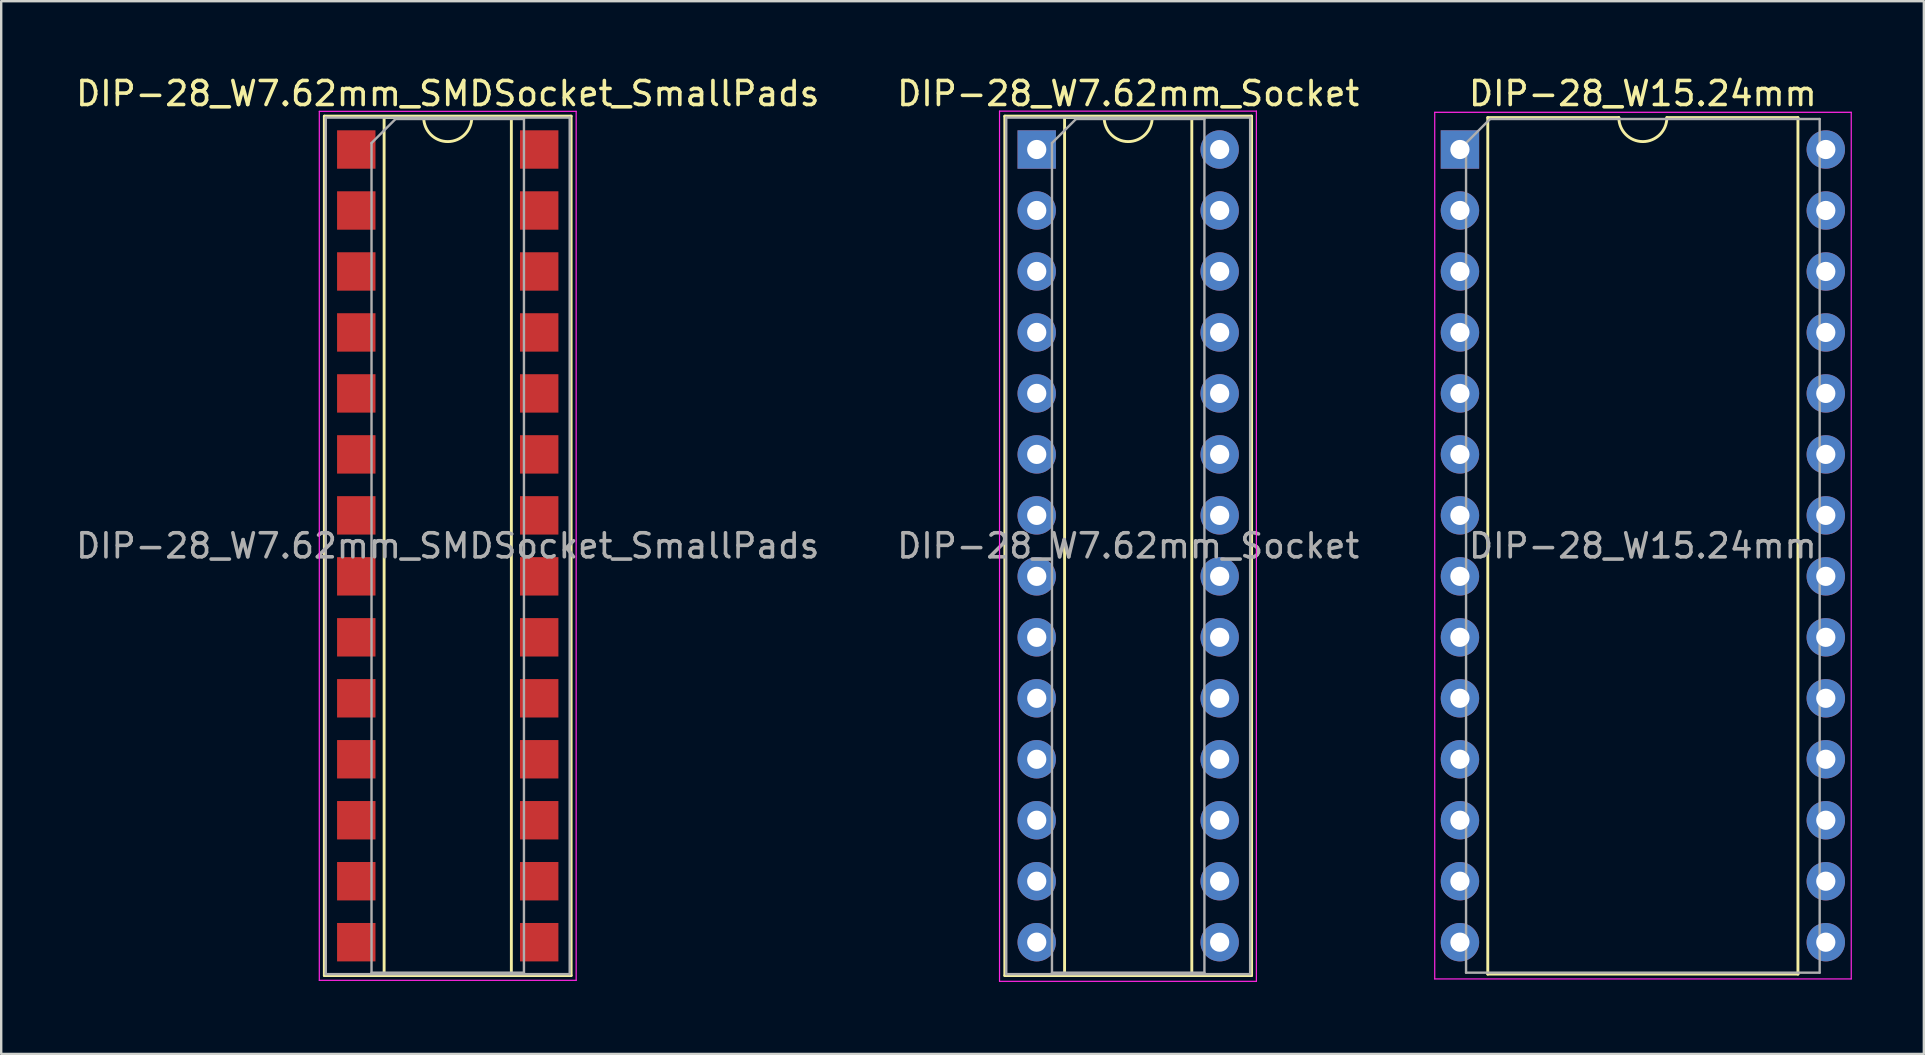
<source format=kicad_pcb>
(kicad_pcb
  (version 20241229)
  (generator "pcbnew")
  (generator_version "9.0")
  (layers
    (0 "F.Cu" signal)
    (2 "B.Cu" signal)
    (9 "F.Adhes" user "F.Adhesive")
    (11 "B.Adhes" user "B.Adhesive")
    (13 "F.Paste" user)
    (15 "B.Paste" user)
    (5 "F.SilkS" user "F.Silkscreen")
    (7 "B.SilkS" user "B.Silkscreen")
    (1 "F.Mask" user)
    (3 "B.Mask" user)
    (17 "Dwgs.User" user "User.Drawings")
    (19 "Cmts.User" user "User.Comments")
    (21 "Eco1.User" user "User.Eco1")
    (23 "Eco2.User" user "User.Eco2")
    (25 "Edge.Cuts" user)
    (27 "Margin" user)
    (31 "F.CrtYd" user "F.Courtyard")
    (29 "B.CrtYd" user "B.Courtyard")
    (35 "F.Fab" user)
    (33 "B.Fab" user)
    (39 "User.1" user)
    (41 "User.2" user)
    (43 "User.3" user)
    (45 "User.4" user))
  (footprint "DIP-28_W7.62mm_SMDSocket_SmallPads"
    (layer "F.Cu")
    (at 15.601 19.688)
    (property "Reference" "DIP-28_W7.62mm_SMDSocket_SmallPads" (at 0 -18.84 0) (layer "F.SilkS") (effects (font (size 1 1) (thickness 0.15))))
    (attr smd)
    (fp_line (start -5.14 -17.9) (end -5.14 17.9) (stroke (width 0.12) (type solid)) (layer "F.SilkS"))
    (fp_line (start -5.14 17.9) (end 5.14 17.9) (stroke (width 0.12) (type solid)) (layer "F.SilkS"))
    (fp_line (start -2.65 -17.84) (end -2.65 17.84) (stroke (width 0.12) (type solid)) (layer "F.SilkS"))
    (fp_line (start -2.65 17.84) (end 2.65 17.84) (stroke (width 0.12) (type solid)) (layer "F.SilkS"))
    (fp_line (start -1 -17.84) (end -2.65 -17.84) (stroke (width 0.12) (type solid)) (layer "F.SilkS"))
    (fp_line (start 2.65 -17.84) (end 1 -17.84) (stroke (width 0.12) (type solid)) (layer "F.SilkS"))
    (fp_line (start 2.65 17.84) (end 2.65 -17.84) (stroke (width 0.12) (type solid)) (layer "F.SilkS"))
    (fp_line (start 5.14 -17.9) (end -5.14 -17.9) (stroke (width 0.12) (type solid)) (layer "F.SilkS"))
    (fp_line (start 5.14 17.9) (end 5.14 -17.9) (stroke (width 0.12) (type solid)) (layer "F.SilkS"))
    (fp_arc (start 1 -17.84) (mid 0 -16.84) (end -1 -17.84) (stroke (width 0.12) (type solid)) (layer "F.SilkS"))
    (fp_line (start -5.35 -18.1) (end -5.35 18.1) (stroke (width 0.05) (type solid)) (layer "F.CrtYd"))
    (fp_line (start -5.35 18.1) (end 5.35 18.1) (stroke (width 0.05) (type solid)) (layer "F.CrtYd"))
    (fp_line (start 5.35 -18.1) (end -5.35 -18.1) (stroke (width 0.05) (type solid)) (layer "F.CrtYd"))
    (fp_line (start 5.35 18.1) (end 5.35 -18.1) (stroke (width 0.05) (type solid)) (layer "F.CrtYd"))
    (fp_line (start -5.08 -17.84) (end -5.08 17.84) (stroke (width 0.1) (type solid)) (layer "F.Fab"))
    (fp_line (start -5.08 17.84) (end 5.08 17.84) (stroke (width 0.1) (type solid)) (layer "F.Fab"))
    (fp_line (start -3.175 -16.78) (end -2.175 -17.78) (stroke (width 0.1) (type solid)) (layer "F.Fab"))
    (fp_line (start -3.175 17.78) (end -3.175 -16.78) (stroke (width 0.1) (type solid)) (layer "F.Fab"))
    (fp_line (start -2.175 -17.78) (end 3.175 -17.78) (stroke (width 0.1) (type solid)) (layer "F.Fab"))
    (fp_line (start 3.175 -17.78) (end 3.175 17.78) (stroke (width 0.1) (type solid)) (layer "F.Fab"))
    (fp_line (start 3.175 17.78) (end -3.175 17.78) (stroke (width 0.1) (type solid)) (layer "F.Fab"))
    (fp_line (start 5.08 -17.84) (end -5.08 -17.84) (stroke (width 0.1) (type solid)) (layer "F.Fab"))
    (fp_line (start 5.08 17.84) (end 5.08 -17.84) (stroke (width 0.1) (type solid)) (layer "F.Fab"))
    (fp_text user "${REFERENCE}" (at 0 0 0) (layer "F.Fab") (effects (font (size 1 1) (thickness 0.15))))
    (pad "1" smd rect (at -3.81 -16.51) (size 1.6 1.6) (layers "F.Cu" "F.Mask" "F.Paste"))
    (pad "2" smd rect (at -3.81 -13.97) (size 1.6 1.6) (layers "F.Cu" "F.Mask" "F.Paste"))
    (pad "3" smd rect (at -3.81 -11.43) (size 1.6 1.6) (layers "F.Cu" "F.Mask" "F.Paste"))
    (pad "4" smd rect (at -3.81 -8.89) (size 1.6 1.6) (layers "F.Cu" "F.Mask" "F.Paste"))
    (pad "5" smd rect (at -3.81 -6.35) (size 1.6 1.6) (layers "F.Cu" "F.Mask" "F.Paste"))
    (pad "6" smd rect (at -3.81 -3.81) (size 1.6 1.6) (layers "F.Cu" "F.Mask" "F.Paste"))
    (pad "7" smd rect (at -3.81 -1.27) (size 1.6 1.6) (layers "F.Cu" "F.Mask" "F.Paste"))
    (pad "8" smd rect (at -3.81 1.27) (size 1.6 1.6) (layers "F.Cu" "F.Mask" "F.Paste"))
    (pad "9" smd rect (at -3.81 3.81) (size 1.6 1.6) (layers "F.Cu" "F.Mask" "F.Paste"))
    (pad "10" smd rect (at -3.81 6.35) (size 1.6 1.6) (layers "F.Cu" "F.Mask" "F.Paste"))
    (pad "11" smd rect (at -3.81 8.89) (size 1.6 1.6) (layers "F.Cu" "F.Mask" "F.Paste"))
    (pad "12" smd rect (at -3.81 11.43) (size 1.6 1.6) (layers "F.Cu" "F.Mask" "F.Paste"))
    (pad "13" smd rect (at -3.81 13.97) (size 1.6 1.6) (layers "F.Cu" "F.Mask" "F.Paste"))
    (pad "14" smd rect (at -3.81 16.51) (size 1.6 1.6) (layers "F.Cu" "F.Mask" "F.Paste"))
    (pad "15" smd rect (at 3.81 16.51) (size 1.6 1.6) (layers "F.Cu" "F.Mask" "F.Paste"))
    (pad "16" smd rect (at 3.81 13.97) (size 1.6 1.6) (layers "F.Cu" "F.Mask" "F.Paste"))
    (pad "17" smd rect (at 3.81 11.43) (size 1.6 1.6) (layers "F.Cu" "F.Mask" "F.Paste"))
    (pad "18" smd rect (at 3.81 8.89) (size 1.6 1.6) (layers "F.Cu" "F.Mask" "F.Paste"))
    (pad "19" smd rect (at 3.81 6.35) (size 1.6 1.6) (layers "F.Cu" "F.Mask" "F.Paste"))
    (pad "20" smd rect (at 3.81 3.81) (size 1.6 1.6) (layers "F.Cu" "F.Mask" "F.Paste"))
    (pad "21" smd rect (at 3.81 1.27) (size 1.6 1.6) (layers "F.Cu" "F.Mask" "F.Paste"))
    (pad "22" smd rect (at 3.81 -1.27) (size 1.6 1.6) (layers "F.Cu" "F.Mask" "F.Paste"))
    (pad "23" smd rect (at 3.81 -3.81) (size 1.6 1.6) (layers "F.Cu" "F.Mask" "F.Paste"))
    (pad "24" smd rect (at 3.81 -6.35) (size 1.6 1.6) (layers "F.Cu" "F.Mask" "F.Paste"))
    (pad "25" smd rect (at 3.81 -8.89) (size 1.6 1.6) (layers "F.Cu" "F.Mask" "F.Paste"))
    (pad "26" smd rect (at 3.81 -11.43) (size 1.6 1.6) (layers "F.Cu" "F.Mask" "F.Paste"))
    (pad "27" smd rect (at 3.81 -13.97) (size 1.6 1.6) (layers "F.Cu" "F.Mask" "F.Paste"))
    (pad "28" smd rect (at 3.81 -16.51) (size 1.6 1.6) (layers "F.Cu" "F.Mask" "F.Paste")))
  (footprint "DIP-28_W15.24mm"
    (layer "F.Cu")
    (at 57.765 3.178)
    (property "Reference" "DIP-28_W15.24mm" (at 7.62 -2.33 0) (layer "F.SilkS") (effects (font (size 1 1) (thickness 0.15))))
    (attr through_hole)
    (fp_line (start 1.16 -1.33) (end 1.16 34.35) (stroke (width 0.12) (type solid)) (layer "F.SilkS"))
    (fp_line (start 1.16 34.35) (end 14.08 34.35) (stroke (width 0.12) (type solid)) (layer "F.SilkS"))
    (fp_line (start 6.62 -1.33) (end 1.16 -1.33) (stroke (width 0.12) (type solid)) (layer "F.SilkS"))
    (fp_line (start 14.08 -1.33) (end 8.62 -1.33) (stroke (width 0.12) (type solid)) (layer "F.SilkS"))
    (fp_line (start 14.08 34.35) (end 14.08 -1.33) (stroke (width 0.12) (type solid)) (layer "F.SilkS"))
    (fp_arc (start 8.62 -1.33) (mid 7.62 -0.33) (end 6.62 -1.33) (stroke (width 0.12) (type solid)) (layer "F.SilkS"))
    (fp_line (start -1.05 -1.55) (end -1.05 34.55) (stroke (width 0.05) (type solid)) (layer "F.CrtYd"))
    (fp_line (start -1.05 34.55) (end 16.3 34.55) (stroke (width 0.05) (type solid)) (layer "F.CrtYd"))
    (fp_line (start 16.3 -1.55) (end -1.05 -1.55) (stroke (width 0.05) (type solid)) (layer "F.CrtYd"))
    (fp_line (start 16.3 34.55) (end 16.3 -1.55) (stroke (width 0.05) (type solid)) (layer "F.CrtYd"))
    (fp_line (start 0.255 -0.27) (end 1.255 -1.27) (stroke (width 0.1) (type solid)) (layer "F.Fab"))
    (fp_line (start 0.255 34.29) (end 0.255 -0.27) (stroke (width 0.1) (type solid)) (layer "F.Fab"))
    (fp_line (start 1.255 -1.27) (end 14.985 -1.27) (stroke (width 0.1) (type solid)) (layer "F.Fab"))
    (fp_line (start 14.985 -1.27) (end 14.985 34.29) (stroke (width 0.1) (type solid)) (layer "F.Fab"))
    (fp_line (start 14.985 34.29) (end 0.255 34.29) (stroke (width 0.1) (type solid)) (layer "F.Fab"))
    (fp_text user "${REFERENCE}" (at 7.62 16.51 0) (layer "F.Fab") (effects (font (size 1 1) (thickness 0.15))))
    (pad "1" thru_hole rect (at 0 0) (size 1.6 1.6) (drill 0.8) (layers "*.Cu" "*.Mask"))
    (pad "2" thru_hole oval (at 0 2.54) (size 1.6 1.6) (drill 0.8) (layers "*.Cu" "*.Mask"))
    (pad "3" thru_hole oval (at 0 5.08) (size 1.6 1.6) (drill 0.8) (layers "*.Cu" "*.Mask"))
    (pad "4" thru_hole oval (at 0 7.62) (size 1.6 1.6) (drill 0.8) (layers "*.Cu" "*.Mask"))
    (pad "5" thru_hole oval (at 0 10.16) (size 1.6 1.6) (drill 0.8) (layers "*.Cu" "*.Mask"))
    (pad "6" thru_hole oval (at 0 12.7) (size 1.6 1.6) (drill 0.8) (layers "*.Cu" "*.Mask"))
    (pad "7" thru_hole oval (at 0 15.24) (size 1.6 1.6) (drill 0.8) (layers "*.Cu" "*.Mask"))
    (pad "8" thru_hole oval (at 0 17.78) (size 1.6 1.6) (drill 0.8) (layers "*.Cu" "*.Mask"))
    (pad "9" thru_hole oval (at 0 20.32) (size 1.6 1.6) (drill 0.8) (layers "*.Cu" "*.Mask"))
    (pad "10" thru_hole oval (at 0 22.86) (size 1.6 1.6) (drill 0.8) (layers "*.Cu" "*.Mask"))
    (pad "11" thru_hole oval (at 0 25.4) (size 1.6 1.6) (drill 0.8) (layers "*.Cu" "*.Mask"))
    (pad "12" thru_hole oval (at 0 27.94) (size 1.6 1.6) (drill 0.8) (layers "*.Cu" "*.Mask"))
    (pad "13" thru_hole oval (at 0 30.48) (size 1.6 1.6) (drill 0.8) (layers "*.Cu" "*.Mask"))
    (pad "14" thru_hole oval (at 0 33.02) (size 1.6 1.6) (drill 0.8) (layers "*.Cu" "*.Mask"))
    (pad "15" thru_hole oval (at 15.24 33.02) (size 1.6 1.6) (drill 0.8) (layers "*.Cu" "*.Mask"))
    (pad "16" thru_hole oval (at 15.24 30.48) (size 1.6 1.6) (drill 0.8) (layers "*.Cu" "*.Mask"))
    (pad "17" thru_hole oval (at 15.24 27.94) (size 1.6 1.6) (drill 0.8) (layers "*.Cu" "*.Mask"))
    (pad "18" thru_hole oval (at 15.24 25.4) (size 1.6 1.6) (drill 0.8) (layers "*.Cu" "*.Mask"))
    (pad "19" thru_hole oval (at 15.24 22.86) (size 1.6 1.6) (drill 0.8) (layers "*.Cu" "*.Mask"))
    (pad "20" thru_hole oval (at 15.24 20.32) (size 1.6 1.6) (drill 0.8) (layers "*.Cu" "*.Mask"))
    (pad "21" thru_hole oval (at 15.24 17.78) (size 1.6 1.6) (drill 0.8) (layers "*.Cu" "*.Mask"))
    (pad "22" thru_hole oval (at 15.24 15.24) (size 1.6 1.6) (drill 0.8) (layers "*.Cu" "*.Mask"))
    (pad "23" thru_hole oval (at 15.24 12.7) (size 1.6 1.6) (drill 0.8) (layers "*.Cu" "*.Mask"))
    (pad "24" thru_hole oval (at 15.24 10.16) (size 1.6 1.6) (drill 0.8) (layers "*.Cu" "*.Mask"))
    (pad "25" thru_hole oval (at 15.24 7.62) (size 1.6 1.6) (drill 0.8) (layers "*.Cu" "*.Mask"))
    (pad "26" thru_hole oval (at 15.24 5.08) (size 1.6 1.6) (drill 0.8) (layers "*.Cu" "*.Mask"))
    (pad "27" thru_hole oval (at 15.24 2.54) (size 1.6 1.6) (drill 0.8) (layers "*.Cu" "*.Mask"))
    (pad "28" thru_hole oval (at 15.24 0) (size 1.6 1.6) (drill 0.8) (layers "*.Cu" "*.Mask")))
  (footprint "DIP-28_W7.62mm_Socket"
    (layer "F.Cu")
    (at 40.136 3.178)
    (property "Reference" "DIP-28_W7.62mm_Socket" (at 3.81 -2.33 0) (layer "F.SilkS") (effects (font (size 1 1) (thickness 0.15))))
    (attr through_hole)
    (fp_line (start -1.33 -1.39) (end -1.33 34.41) (stroke (width 0.12) (type solid)) (layer "F.SilkS"))
    (fp_line (start -1.33 34.41) (end 8.95 34.41) (stroke (width 0.12) (type solid)) (layer "F.SilkS"))
    (fp_line (start 1.16 -1.33) (end 1.16 34.35) (stroke (width 0.12) (type solid)) (layer "F.SilkS"))
    (fp_line (start 1.16 34.35) (end 6.46 34.35) (stroke (width 0.12) (type solid)) (layer "F.SilkS"))
    (fp_line (start 2.81 -1.33) (end 1.16 -1.33) (stroke (width 0.12) (type solid)) (layer "F.SilkS"))
    (fp_line (start 6.46 -1.33) (end 4.81 -1.33) (stroke (width 0.12) (type solid)) (layer "F.SilkS"))
    (fp_line (start 6.46 34.35) (end 6.46 -1.33) (stroke (width 0.12) (type solid)) (layer "F.SilkS"))
    (fp_line (start 8.95 -1.39) (end -1.33 -1.39) (stroke (width 0.12) (type solid)) (layer "F.SilkS"))
    (fp_line (start 8.95 34.41) (end 8.95 -1.39) (stroke (width 0.12) (type solid)) (layer "F.SilkS"))
    (fp_arc (start 4.81 -1.33) (mid 3.81 -0.33) (end 2.81 -1.33) (stroke (width 0.12) (type solid)) (layer "F.SilkS"))
    (fp_line (start -1.55 -1.6) (end -1.55 34.65) (stroke (width 0.05) (type solid)) (layer "F.CrtYd"))
    (fp_line (start -1.55 34.65) (end 9.15 34.65) (stroke (width 0.05) (type solid)) (layer "F.CrtYd"))
    (fp_line (start 9.15 -1.6) (end -1.55 -1.6) (stroke (width 0.05) (type solid)) (layer "F.CrtYd"))
    (fp_line (start 9.15 34.65) (end 9.15 -1.6) (stroke (width 0.05) (type solid)) (layer "F.CrtYd"))
    (fp_line (start -1.27 -1.33) (end -1.27 34.35) (stroke (width 0.1) (type solid)) (layer "F.Fab"))
    (fp_line (start -1.27 34.35) (end 8.89 34.35) (stroke (width 0.1) (type solid)) (layer "F.Fab"))
    (fp_line (start 0.635 -0.27) (end 1.635 -1.27) (stroke (width 0.1) (type solid)) (layer "F.Fab"))
    (fp_line (start 0.635 34.29) (end 0.635 -0.27) (stroke (width 0.1) (type solid)) (layer "F.Fab"))
    (fp_line (start 1.635 -1.27) (end 6.985 -1.27) (stroke (width 0.1) (type solid)) (layer "F.Fab"))
    (fp_line (start 6.985 -1.27) (end 6.985 34.29) (stroke (width 0.1) (type solid)) (layer "F.Fab"))
    (fp_line (start 6.985 34.29) (end 0.635 34.29) (stroke (width 0.1) (type solid)) (layer "F.Fab"))
    (fp_line (start 8.89 -1.33) (end -1.27 -1.33) (stroke (width 0.1) (type solid)) (layer "F.Fab"))
    (fp_line (start 8.89 34.35) (end 8.89 -1.33) (stroke (width 0.1) (type solid)) (layer "F.Fab"))
    (fp_text user "${REFERENCE}" (at 3.81 16.51 0) (layer "F.Fab") (effects (font (size 1 1) (thickness 0.15))))
    (pad "1" thru_hole rect (at 0 0) (size 1.6 1.6) (drill 0.8) (layers "*.Cu" "*.Mask"))
    (pad "2" thru_hole oval (at 0 2.54) (size 1.6 1.6) (drill 0.8) (layers "*.Cu" "*.Mask"))
    (pad "3" thru_hole oval (at 0 5.08) (size 1.6 1.6) (drill 0.8) (layers "*.Cu" "*.Mask"))
    (pad "4" thru_hole oval (at 0 7.62) (size 1.6 1.6) (drill 0.8) (layers "*.Cu" "*.Mask"))
    (pad "5" thru_hole oval (at 0 10.16) (size 1.6 1.6) (drill 0.8) (layers "*.Cu" "*.Mask"))
    (pad "6" thru_hole oval (at 0 12.7) (size 1.6 1.6) (drill 0.8) (layers "*.Cu" "*.Mask"))
    (pad "7" thru_hole oval (at 0 15.24) (size 1.6 1.6) (drill 0.8) (layers "*.Cu" "*.Mask"))
    (pad "8" thru_hole oval (at 0 17.78) (size 1.6 1.6) (drill 0.8) (layers "*.Cu" "*.Mask"))
    (pad "9" thru_hole oval (at 0 20.32) (size 1.6 1.6) (drill 0.8) (layers "*.Cu" "*.Mask"))
    (pad "10" thru_hole oval (at 0 22.86) (size 1.6 1.6) (drill 0.8) (layers "*.Cu" "*.Mask"))
    (pad "11" thru_hole oval (at 0 25.4) (size 1.6 1.6) (drill 0.8) (layers "*.Cu" "*.Mask"))
    (pad "12" thru_hole oval (at 0 27.94) (size 1.6 1.6) (drill 0.8) (layers "*.Cu" "*.Mask"))
    (pad "13" thru_hole oval (at 0 30.48) (size 1.6 1.6) (drill 0.8) (layers "*.Cu" "*.Mask"))
    (pad "14" thru_hole oval (at 0 33.02) (size 1.6 1.6) (drill 0.8) (layers "*.Cu" "*.Mask"))
    (pad "15" thru_hole oval (at 7.62 33.02) (size 1.6 1.6) (drill 0.8) (layers "*.Cu" "*.Mask"))
    (pad "16" thru_hole oval (at 7.62 30.48) (size 1.6 1.6) (drill 0.8) (layers "*.Cu" "*.Mask"))
    (pad "17" thru_hole oval (at 7.62 27.94) (size 1.6 1.6) (drill 0.8) (layers "*.Cu" "*.Mask"))
    (pad "18" thru_hole oval (at 7.62 25.4) (size 1.6 1.6) (drill 0.8) (layers "*.Cu" "*.Mask"))
    (pad "19" thru_hole oval (at 7.62 22.86) (size 1.6 1.6) (drill 0.8) (layers "*.Cu" "*.Mask"))
    (pad "20" thru_hole oval (at 7.62 20.32) (size 1.6 1.6) (drill 0.8) (layers "*.Cu" "*.Mask"))
    (pad "21" thru_hole oval (at 7.62 17.78) (size 1.6 1.6) (drill 0.8) (layers "*.Cu" "*.Mask"))
    (pad "22" thru_hole oval (at 7.62 15.24) (size 1.6 1.6) (drill 0.8) (layers "*.Cu" "*.Mask"))
    (pad "23" thru_hole oval (at 7.62 12.7) (size 1.6 1.6) (drill 0.8) (layers "*.Cu" "*.Mask"))
    (pad "24" thru_hole oval (at 7.62 10.16) (size 1.6 1.6) (drill 0.8) (layers "*.Cu" "*.Mask"))
    (pad "25" thru_hole oval (at 7.62 7.62) (size 1.6 1.6) (drill 0.8) (layers "*.Cu" "*.Mask"))
    (pad "26" thru_hole oval (at 7.62 5.08) (size 1.6 1.6) (drill 0.8) (layers "*.Cu" "*.Mask"))
    (pad "27" thru_hole oval (at 7.62 2.54) (size 1.6 1.6) (drill 0.8) (layers "*.Cu" "*.Mask"))
    (pad "28" thru_hole oval (at 7.62 0) (size 1.6 1.6) (drill 0.8) (layers "*.Cu" "*.Mask")))
  (gr_rect
    (start -3 -3)
    (end 77.09 40.853)
    (stroke (width 0.1) (type default))
    (fill no)
    (layer "Edge.Cuts")))
</source>
